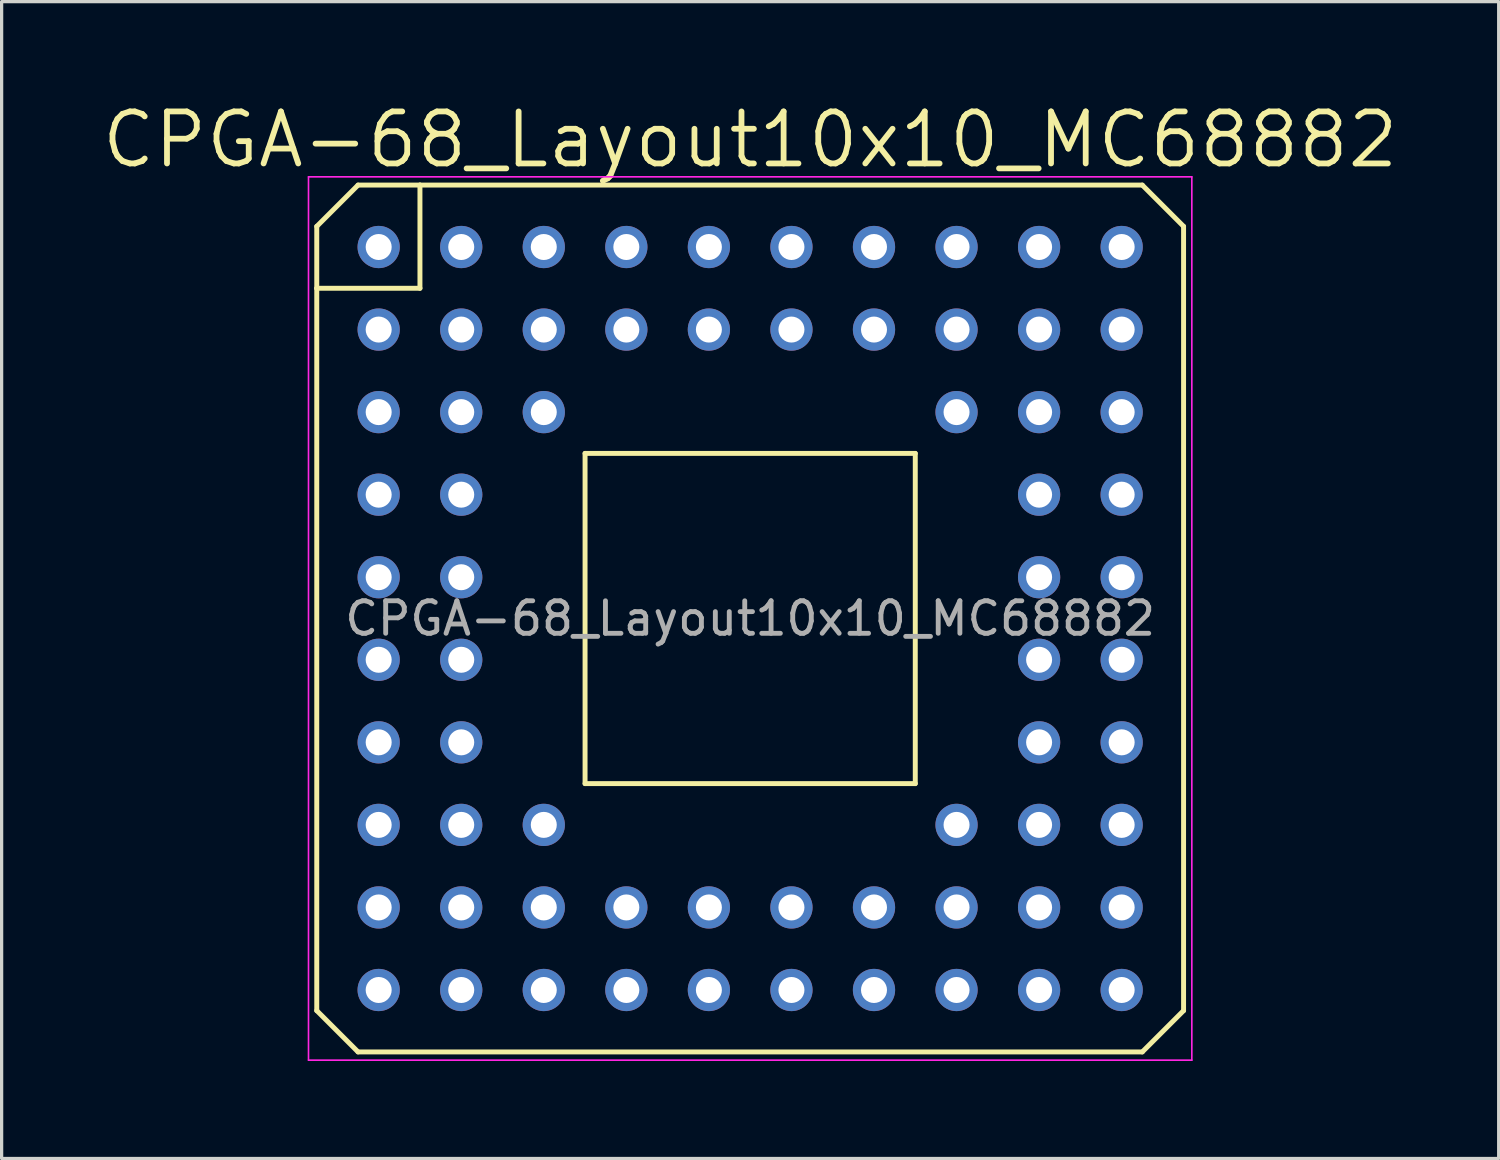
<source format=kicad_pcb>
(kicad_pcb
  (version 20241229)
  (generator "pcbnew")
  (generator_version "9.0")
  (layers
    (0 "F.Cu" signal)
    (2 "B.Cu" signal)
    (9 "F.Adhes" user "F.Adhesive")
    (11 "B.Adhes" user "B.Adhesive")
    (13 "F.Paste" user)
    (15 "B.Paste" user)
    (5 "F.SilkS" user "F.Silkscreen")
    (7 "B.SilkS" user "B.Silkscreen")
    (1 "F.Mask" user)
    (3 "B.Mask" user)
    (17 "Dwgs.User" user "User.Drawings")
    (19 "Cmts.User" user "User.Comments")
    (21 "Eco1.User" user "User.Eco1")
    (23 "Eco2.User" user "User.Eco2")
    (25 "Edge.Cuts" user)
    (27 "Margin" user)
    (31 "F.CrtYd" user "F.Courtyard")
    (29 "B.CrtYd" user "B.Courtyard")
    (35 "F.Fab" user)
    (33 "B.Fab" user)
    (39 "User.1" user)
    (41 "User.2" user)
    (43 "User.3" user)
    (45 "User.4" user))
  (footprint "CPGA-68_Layout10x10_MC68882"
    (layer "F.Cu")
    (at 20.031 15.98)
    (property "Reference" "CPGA-68_Layout10x10_MC68882" (at 0 -14.732 0) (layer "F.SilkS") (effects (font (size 1.6 1.6) (thickness 0.178))))
    (attr through_hole)
    (fp_line (start -13.335 -12.065) (end -12.065 -13.335) (stroke (width 0.152) (type solid)) (layer "F.SilkS"))
    (fp_line (start -13.335 -10.16) (end -13.335 -12.065) (stroke (width 0.152) (type solid)) (layer "F.SilkS"))
    (fp_line (start -13.335 12.065) (end -13.335 -10.16) (stroke (width 0.152) (type solid)) (layer "F.SilkS"))
    (fp_line (start -12.065 13.335) (end -13.335 12.065) (stroke (width 0.152) (type solid)) (layer "F.SilkS"))
    (fp_line (start -10.16 -13.335) (end -12.065 -13.335) (stroke (width 0.152) (type solid)) (layer "F.SilkS"))
    (fp_line (start -10.16 -13.335) (end 12.065 -13.335) (stroke (width 0.152) (type solid)) (layer "F.SilkS"))
    (fp_line (start -10.16 -10.16) (end -13.335 -10.16) (stroke (width 0.152) (type solid)) (layer "F.SilkS"))
    (fp_line (start -10.16 -10.16) (end -10.16 -13.335) (stroke (width 0.152) (type solid)) (layer "F.SilkS"))
    (fp_line (start -5.08 -5.08) (end 5.08 -5.08) (stroke (width 0.152) (type solid)) (layer "F.SilkS"))
    (fp_line (start -5.08 5.08) (end -5.08 -5.08) (stroke (width 0.152) (type solid)) (layer "F.SilkS"))
    (fp_line (start 5.08 -5.08) (end 5.08 5.08) (stroke (width 0.152) (type solid)) (layer "F.SilkS"))
    (fp_line (start 5.08 5.08) (end -5.08 5.08) (stroke (width 0.152) (type solid)) (layer "F.SilkS"))
    (fp_line (start 12.065 -13.335) (end 13.335 -12.065) (stroke (width 0.152) (type solid)) (layer "F.SilkS"))
    (fp_line (start 12.065 13.335) (end -12.065 13.335) (stroke (width 0.152) (type solid)) (layer "F.SilkS"))
    (fp_line (start 13.335 -12.065) (end 13.335 12.065) (stroke (width 0.152) (type solid)) (layer "F.SilkS"))
    (fp_line (start 13.335 12.065) (end 12.065 13.335) (stroke (width 0.152) (type solid)) (layer "F.SilkS"))
    (fp_line (start -13.589 -13.589) (end -13.589 13.589) (stroke (width 0.05) (type solid)) (layer "F.CrtYd"))
    (fp_line (start -13.589 13.589) (end 13.589 13.589) (stroke (width 0.05) (type solid)) (layer "F.CrtYd"))
    (fp_line (start 13.589 -13.589) (end -13.589 -13.589) (stroke (width 0.05) (type solid)) (layer "F.CrtYd"))
    (fp_line (start 13.589 13.589) (end 13.589 -13.589) (stroke (width 0.05) (type solid)) (layer "F.CrtYd"))
    (fp_text user "${REFERENCE}" (at 0 0 180) (layer "F.Fab") (effects (font (size 1 1) (thickness 0.15))))
    (pad "A1" thru_hole circle (at -11.43 -11.43) (size 1.3 1.3) (drill 0.8) (layers "*.Cu" "*.Mask"))
    (pad "A2" thru_hole circle (at -8.89 -11.43) (size 1.3 1.3) (drill 0.8) (layers "*.Cu" "*.Mask"))
    (pad "A3" thru_hole circle (at -6.35 -11.43) (size 1.3 1.3) (drill 0.8) (layers "*.Cu" "*.Mask"))
    (pad "A4" thru_hole circle (at -3.81 -11.43) (size 1.3 1.3) (drill 0.8) (layers "*.Cu" "*.Mask"))
    (pad "A5" thru_hole circle (at -1.27 -11.43) (size 1.3 1.3) (drill 0.8) (layers "*.Cu" "*.Mask"))
    (pad "A6" thru_hole circle (at 1.27 -11.43) (size 1.3 1.3) (drill 0.8) (layers "*.Cu" "*.Mask"))
    (pad "A7" thru_hole circle (at 3.81 -11.43) (size 1.3 1.3) (drill 0.8) (layers "*.Cu" "*.Mask"))
    (pad "A8" thru_hole circle (at 6.35 -11.43) (size 1.3 1.3) (drill 0.8) (layers "*.Cu" "*.Mask"))
    (pad "A9" thru_hole circle (at 8.89 -11.43) (size 1.3 1.3) (drill 0.8) (layers "*.Cu" "*.Mask"))
    (pad "A10" thru_hole circle (at 11.43 -11.43) (size 1.3 1.3) (drill 0.8) (layers "*.Cu" "*.Mask"))
    (pad "B1" thru_hole circle (at -11.43 -8.89) (size 1.3 1.3) (drill 0.8) (layers "*.Cu" "*.Mask"))
    (pad "B2" thru_hole circle (at -8.89 -8.89) (size 1.3 1.3) (drill 0.8) (layers "*.Cu" "*.Mask"))
    (pad "B3" thru_hole circle (at -6.35 -8.89) (size 1.3 1.3) (drill 0.8) (layers "*.Cu" "*.Mask"))
    (pad "B4" thru_hole circle (at -3.81 -8.89) (size 1.3 1.3) (drill 0.8) (layers "*.Cu" "*.Mask"))
    (pad "B5" thru_hole circle (at -1.27 -8.89) (size 1.3 1.3) (drill 0.8) (layers "*.Cu" "*.Mask"))
    (pad "B6" thru_hole circle (at 1.27 -8.89) (size 1.3 1.3) (drill 0.8) (layers "*.Cu" "*.Mask"))
    (pad "B7" thru_hole circle (at 3.81 -8.89) (size 1.3 1.3) (drill 0.8) (layers "*.Cu" "*.Mask"))
    (pad "B8" thru_hole circle (at 6.35 -8.89) (size 1.3 1.3) (drill 0.8) (layers "*.Cu" "*.Mask"))
    (pad "B9" thru_hole circle (at 8.89 -8.89) (size 1.3 1.3) (drill 0.8) (layers "*.Cu" "*.Mask"))
    (pad "B10" thru_hole circle (at 11.43 -8.89) (size 1.3 1.3) (drill 0.8) (layers "*.Cu" "*.Mask"))
    (pad "C1" thru_hole circle (at -11.43 -6.35) (size 1.3 1.3) (drill 0.8) (layers "*.Cu" "*.Mask"))
    (pad "C2" thru_hole circle (at -8.89 -6.35) (size 1.3 1.3) (drill 0.8) (layers "*.Cu" "*.Mask"))
    (pad "C3" thru_hole circle (at -6.35 -6.35) (size 1.3 1.3) (drill 0.8) (layers "*.Cu" "*.Mask"))
    (pad "C8" thru_hole circle (at 6.35 -6.35) (size 1.3 1.3) (drill 0.8) (layers "*.Cu" "*.Mask"))
    (pad "C9" thru_hole circle (at 8.89 -6.35) (size 1.3 1.3) (drill 0.8) (layers "*.Cu" "*.Mask"))
    (pad "C10" thru_hole circle (at 11.43 -6.35) (size 1.3 1.3) (drill 0.8) (layers "*.Cu" "*.Mask"))
    (pad "D1" thru_hole circle (at -11.43 -3.81) (size 1.3 1.3) (drill 0.8) (layers "*.Cu" "*.Mask"))
    (pad "D2" thru_hole circle (at -8.89 -3.81) (size 1.3 1.3) (drill 0.8) (layers "*.Cu" "*.Mask"))
    (pad "D9" thru_hole circle (at 8.89 -3.81) (size 1.3 1.3) (drill 0.8) (layers "*.Cu" "*.Mask"))
    (pad "D10" thru_hole circle (at 11.43 -3.81) (size 1.3 1.3) (drill 0.8) (layers "*.Cu" "*.Mask"))
    (pad "E1" thru_hole circle (at -11.43 -1.27) (size 1.3 1.3) (drill 0.8) (layers "*.Cu" "*.Mask"))
    (pad "E2" thru_hole circle (at -8.89 -1.27) (size 1.3 1.3) (drill 0.8) (layers "*.Cu" "*.Mask"))
    (pad "E9" thru_hole circle (at 8.89 -1.27) (size 1.3 1.3) (drill 0.8) (layers "*.Cu" "*.Mask"))
    (pad "E10" thru_hole circle (at 11.43 -1.27) (size 1.3 1.3) (drill 0.8) (layers "*.Cu" "*.Mask"))
    (pad "F1" thru_hole circle (at -11.43 1.27) (size 1.3 1.3) (drill 0.8) (layers "*.Cu" "*.Mask"))
    (pad "F2" thru_hole circle (at -8.89 1.27) (size 1.3 1.3) (drill 0.8) (layers "*.Cu" "*.Mask"))
    (pad "F9" thru_hole circle (at 8.89 1.27) (size 1.3 1.3) (drill 0.8) (layers "*.Cu" "*.Mask"))
    (pad "F10" thru_hole circle (at 11.43 1.27) (size 1.3 1.3) (drill 0.8) (layers "*.Cu" "*.Mask"))
    (pad "G1" thru_hole circle (at -11.43 3.81) (size 1.3 1.3) (drill 0.8) (layers "*.Cu" "*.Mask"))
    (pad "G2" thru_hole circle (at -8.89 3.81) (size 1.3 1.3) (drill 0.8) (layers "*.Cu" "*.Mask"))
    (pad "G9" thru_hole circle (at 8.89 3.81) (size 1.3 1.3) (drill 0.8) (layers "*.Cu" "*.Mask"))
    (pad "G10" thru_hole circle (at 11.43 3.81) (size 1.3 1.3) (drill 0.8) (layers "*.Cu" "*.Mask"))
    (pad "H1" thru_hole circle (at -11.43 6.35) (size 1.3 1.3) (drill 0.8) (layers "*.Cu" "*.Mask"))
    (pad "H2" thru_hole circle (at -8.89 6.35) (size 1.3 1.3) (drill 0.8) (layers "*.Cu" "*.Mask"))
    (pad "H3" thru_hole circle (at -6.35 6.35) (size 1.3 1.3) (drill 0.8) (layers "*.Cu" "*.Mask"))
    (pad "H8" thru_hole circle (at 6.35 6.35) (size 1.3 1.3) (drill 0.8) (layers "*.Cu" "*.Mask"))
    (pad "H9" thru_hole circle (at 8.89 6.35) (size 1.3 1.3) (drill 0.8) (layers "*.Cu" "*.Mask"))
    (pad "H10" thru_hole circle (at 11.43 6.35) (size 1.3 1.3) (drill 0.8) (layers "*.Cu" "*.Mask"))
    (pad "J1" thru_hole circle (at -11.43 8.89) (size 1.3 1.3) (drill 0.8) (layers "*.Cu" "*.Mask"))
    (pad "J2" thru_hole circle (at -8.89 8.89) (size 1.3 1.3) (drill 0.8) (layers "*.Cu" "*.Mask"))
    (pad "J3" thru_hole circle (at -6.35 8.89) (size 1.3 1.3) (drill 0.8) (layers "*.Cu" "*.Mask"))
    (pad "J4" thru_hole circle (at -3.81 8.89) (size 1.3 1.3) (drill 0.8) (layers "*.Cu" "*.Mask"))
    (pad "J5" thru_hole circle (at -1.27 8.89) (size 1.3 1.3) (drill 0.8) (layers "*.Cu" "*.Mask"))
    (pad "J6" thru_hole circle (at 1.27 8.89) (size 1.3 1.3) (drill 0.8) (layers "*.Cu" "*.Mask"))
    (pad "J7" thru_hole circle (at 3.81 8.89) (size 1.3 1.3) (drill 0.8) (layers "*.Cu" "*.Mask"))
    (pad "J8" thru_hole circle (at 6.35 8.89) (size 1.3 1.3) (drill 0.8) (layers "*.Cu" "*.Mask"))
    (pad "J9" thru_hole circle (at 8.89 8.89) (size 1.3 1.3) (drill 0.8) (layers "*.Cu" "*.Mask"))
    (pad "J10" thru_hole circle (at 11.43 8.89) (size 1.3 1.3) (drill 0.8) (layers "*.Cu" "*.Mask"))
    (pad "K1" thru_hole circle (at -11.43 11.43) (size 1.3 1.3) (drill 0.8) (layers "*.Cu" "*.Mask"))
    (pad "K2" thru_hole circle (at -8.89 11.43) (size 1.3 1.3) (drill 0.8) (layers "*.Cu" "*.Mask"))
    (pad "K3" thru_hole circle (at -6.35 11.43) (size 1.3 1.3) (drill 0.8) (layers "*.Cu" "*.Mask"))
    (pad "K4" thru_hole circle (at -3.81 11.43) (size 1.3 1.3) (drill 0.8) (layers "*.Cu" "*.Mask"))
    (pad "K5" thru_hole circle (at -1.27 11.43) (size 1.3 1.3) (drill 0.8) (layers "*.Cu" "*.Mask"))
    (pad "K6" thru_hole circle (at 1.27 11.43) (size 1.3 1.3) (drill 0.8) (layers "*.Cu" "*.Mask"))
    (pad "K7" thru_hole circle (at 3.81 11.43) (size 1.3 1.3) (drill 0.8) (layers "*.Cu" "*.Mask"))
    (pad "K8" thru_hole circle (at 6.35 11.43) (size 1.3 1.3) (drill 0.8) (layers "*.Cu" "*.Mask"))
    (pad "K9" thru_hole circle (at 8.89 11.43) (size 1.3 1.3) (drill 0.8) (layers "*.Cu" "*.Mask"))
    (pad "K10" thru_hole circle (at 11.43 11.43) (size 1.3 1.3) (drill 0.8) (layers "*.Cu" "*.Mask")))
  (gr_rect
    (start -3 -3)
    (end 43.061 32.594)
    (stroke (width 0.1) (type default))
    (fill no)
    (layer "Edge.Cuts")))
</source>
